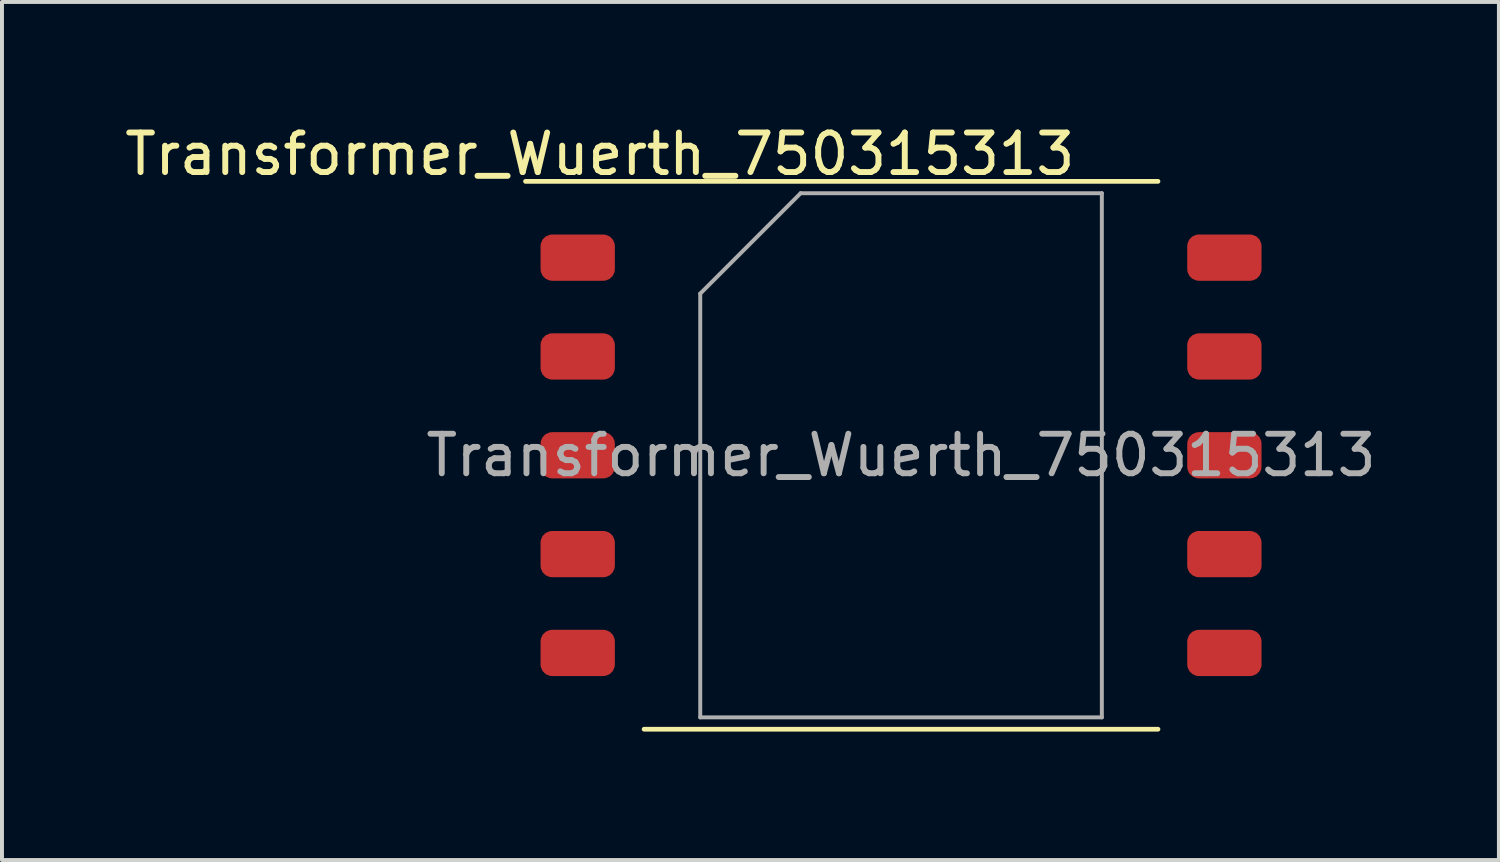
<source format=kicad_pcb>
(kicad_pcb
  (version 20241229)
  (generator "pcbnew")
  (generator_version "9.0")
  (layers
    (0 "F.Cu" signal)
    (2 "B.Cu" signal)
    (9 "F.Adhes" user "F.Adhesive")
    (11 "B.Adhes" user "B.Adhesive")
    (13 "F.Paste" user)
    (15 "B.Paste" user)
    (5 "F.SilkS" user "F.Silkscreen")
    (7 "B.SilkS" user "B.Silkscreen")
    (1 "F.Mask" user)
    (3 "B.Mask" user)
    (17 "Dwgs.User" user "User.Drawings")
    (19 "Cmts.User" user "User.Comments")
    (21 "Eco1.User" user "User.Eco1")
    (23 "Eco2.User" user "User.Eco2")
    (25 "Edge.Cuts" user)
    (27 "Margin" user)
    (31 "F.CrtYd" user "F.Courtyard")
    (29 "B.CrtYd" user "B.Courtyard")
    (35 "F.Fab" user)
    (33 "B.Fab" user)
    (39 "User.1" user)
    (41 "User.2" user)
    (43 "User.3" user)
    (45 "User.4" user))
  (footprint "Transformer_Wuerth_750315313"
    (layer "F.Cu")
    (at 19.745 8.468)
    (property "Reference" "Transformer_Wuerth_750315313" (at -7.62 -7.62 0) (unlocked yes) (layer "F.SilkS") (effects (font (size 1 1) (thickness 0.15))))
    (attr smd)
    (fp_line (start -9.5 -6.93) (end 6.5 -6.93) (stroke (width 0.12) (type solid)) (layer "F.SilkS"))
    (fp_line (start -6.5 6.93) (end 6.5 6.93) (stroke (width 0.12) (type solid)) (layer "F.SilkS"))
    (fp_rect (start -9.37 -7.18) (end 9.37 7.18) (stroke (width 0.12) (type solid)) (fill no) (layer "Margin"))
    (fp_line (start -5.08 -4.09) (end -5.08 6.63) (stroke (width 0.1) (type solid)) (layer "F.Fab"))
    (fp_line (start -5.08 -4.09) (end -2.54 -6.63) (stroke (width 0.1) (type solid)) (layer "F.Fab"))
    (fp_line (start -5.08 6.63) (end 5.08 6.63) (stroke (width 0.1) (type solid)) (layer "F.Fab"))
    (fp_line (start 5.08 -6.63) (end -2.54 -6.63) (stroke (width 0.1) (type solid)) (layer "F.Fab"))
    (fp_line (start 5.08 6.63) (end 5.08 -6.63) (stroke (width 0.1) (type solid)) (layer "F.Fab"))
    (fp_text user "${REFERENCE}" (at 0 0 0) (unlocked yes) (layer "F.Fab") (effects (font (size 1 1) (thickness 0.15))))
    (pad "1" smd roundrect (at -8.18 -5) (size 1.88 1.17) (layers "F.Cu" "F.Mask" "F.Paste") (roundrect_rratio 0.25))
    (pad "2" smd roundrect (at -8.18 -2.5) (size 1.88 1.17) (layers "F.Cu" "F.Mask" "F.Paste") (roundrect_rratio 0.25))
    (pad "3" smd roundrect (at -8.18 0) (size 1.88 1.17) (layers "F.Cu" "F.Mask" "F.Paste") (roundrect_rratio 0.25))
    (pad "4" smd roundrect (at -8.18 2.5) (size 1.88 1.17) (layers "F.Cu" "F.Mask" "F.Paste") (roundrect_rratio 0.25))
    (pad "5" smd roundrect (at -8.18 5) (size 1.88 1.17) (layers "F.Cu" "F.Mask" "F.Paste") (roundrect_rratio 0.25))
    (pad "6" smd roundrect (at 8.18 5) (size 1.88 1.17) (layers "F.Cu" "F.Mask" "F.Paste") (roundrect_rratio 0.25))
    (pad "7" smd roundrect (at 8.18 2.5) (size 1.88 1.17) (layers "F.Cu" "F.Mask" "F.Paste") (roundrect_rratio 0.25))
    (pad "8" smd roundrect (at 8.18 0) (size 1.88 1.17) (layers "F.Cu" "F.Mask" "F.Paste") (roundrect_rratio 0.25))
    (pad "9" smd roundrect (at 8.18 -2.5) (size 1.88 1.17) (layers "F.Cu" "F.Mask" "F.Paste") (roundrect_rratio 0.25))
    (pad "10" smd roundrect (at 8.18 -5) (size 1.88 1.17) (layers "F.Cu" "F.Mask" "F.Paste") (roundrect_rratio 0.25)))
  (gr_rect
    (start -3 -3)
    (end 34.87 18.708)
    (stroke (width 0.1) (type default))
    (fill no)
    (layer "Edge.Cuts")))
</source>
